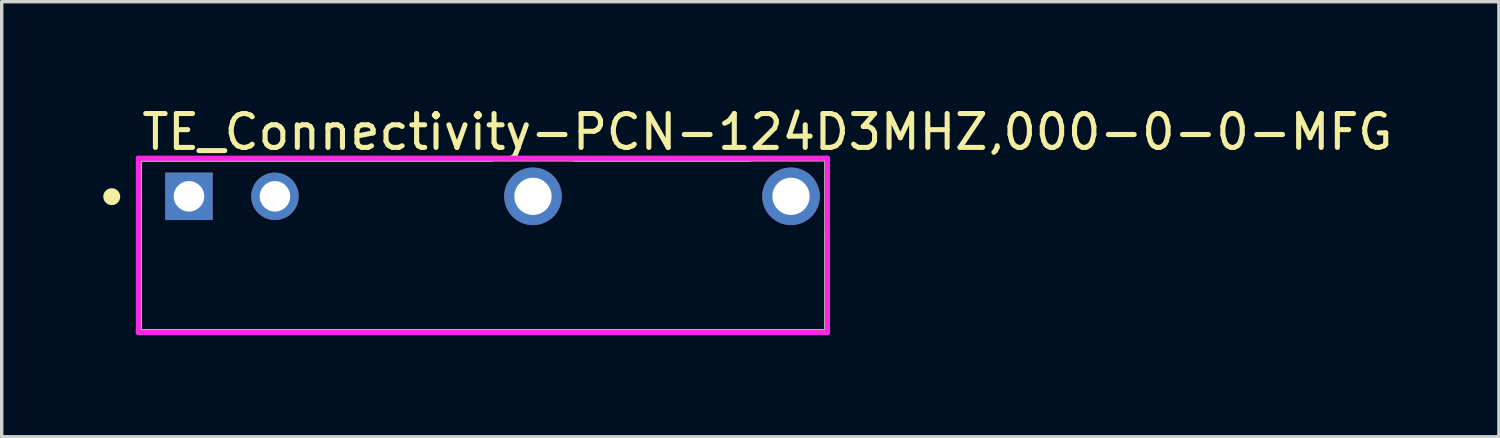
<source format=kicad_pcb>
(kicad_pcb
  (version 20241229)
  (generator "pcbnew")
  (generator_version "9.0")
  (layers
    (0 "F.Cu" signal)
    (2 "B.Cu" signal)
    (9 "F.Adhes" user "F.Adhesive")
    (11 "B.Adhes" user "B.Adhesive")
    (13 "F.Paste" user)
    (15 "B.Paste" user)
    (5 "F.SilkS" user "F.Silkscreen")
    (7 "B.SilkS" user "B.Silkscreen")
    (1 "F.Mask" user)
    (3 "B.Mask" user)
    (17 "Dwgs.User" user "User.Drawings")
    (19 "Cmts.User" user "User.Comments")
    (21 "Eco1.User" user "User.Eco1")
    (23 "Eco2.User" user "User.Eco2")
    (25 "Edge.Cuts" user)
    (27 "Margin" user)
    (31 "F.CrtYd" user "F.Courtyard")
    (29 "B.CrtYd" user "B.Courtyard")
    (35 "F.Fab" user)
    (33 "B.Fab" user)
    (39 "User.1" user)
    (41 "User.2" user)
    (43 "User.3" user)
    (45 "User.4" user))
  (footprint "TE_Connectivity-PCN-124D3MHZ,000-0-0-MFG"
    (layer "F.Cu")
    (at 11.21 4.198)
    (property "Reference" "TE_Connectivity-PCN-124D3MHZ,000-0-0-MFG" (at -10.15 -3.35 0) (layer "F.SilkS") (effects (font (size 1 1) (thickness 0.15)) (justify left)))
    (attr through_hole)
    (fp_line (start -10.15 -2.55) (end 0.255 -2.55) (stroke (width 0.15) (type solid)) (layer "F.SilkS"))
    (fp_line (start -10.15 2.55) (end -10.15 -2.55) (stroke (width 0.15) (type solid)) (layer "F.SilkS"))
    (fp_line (start -10.15 2.55) (end 10.15 2.55) (stroke (width 0.15) (type solid)) (layer "F.SilkS"))
    (fp_line (start 2.705 -2.55) (end 7.875 -2.55) (stroke (width 0.15) (type solid)) (layer "F.SilkS"))
    (fp_line (start 10.15 2.55) (end 10.15 -0.225) (stroke (width 0.15) (type solid)) (layer "F.SilkS"))
    (fp_circle (center -10.96 -1.44) (end -10.835 -1.44) (stroke (width 0.25) (type solid)) (fill no) (layer "F.SilkS"))
    (fp_line (start -10.175 -2.575) (end -10.175 2.575) (stroke (width 0.15) (type solid)) (layer "F.CrtYd"))
    (fp_line (start -10.175 2.575) (end 10.175 2.575) (stroke (width 0.15) (type solid)) (layer "F.CrtYd"))
    (fp_line (start 10.175 -2.575) (end -10.175 -2.575) (stroke (width 0.15) (type solid)) (layer "F.CrtYd"))
    (fp_line (start 10.175 -2.575) (end 10.175 -2.575) (stroke (width 0.15) (type solid)) (layer "F.CrtYd"))
    (fp_line (start 10.175 2.575) (end 10.175 -2.575) (stroke (width 0.15) (type solid)) (layer "F.CrtYd"))
    (fp_line (start -10.15 -2.55) (end 10.15 -2.55) (stroke (width 0.15) (type solid)) (layer "F.Fab"))
    (fp_line (start -10.15 2.55) (end -10.15 -2.55) (stroke (width 0.15) (type solid)) (layer "F.Fab"))
    (fp_line (start 10.15 -2.55) (end 10.15 2.55) (stroke (width 0.15) (type solid)) (layer "F.Fab"))
    (fp_line (start 10.15 2.55) (end -10.15 2.55) (stroke (width 0.15) (type solid)) (layer "F.Fab"))
    (pad "11" thru_hole circle (at 9.1 -1.45) (size 1.7 1.7) (drill 1.1) (layers "*.Cu"))
    (pad "14" thru_hole circle (at 1.48 -1.45) (size 1.7 1.7) (drill 1.1) (layers "*.Cu"))
    (pad "A1" thru_hole rect (at -8.68 -1.45) (size 1.4 1.4) (drill 0.9) (layers "*.Cu"))
    (pad "A2" thru_hole circle (at -6.14 -1.45) (size 1.4 1.4) (drill 0.9) (layers "*.Cu")))
  (gr_rect
    (start -3 -3)
    (end 41.215 9.848)
    (stroke (width 0.1) (type default))
    (fill no)
    (layer "Edge.Cuts")))
</source>
